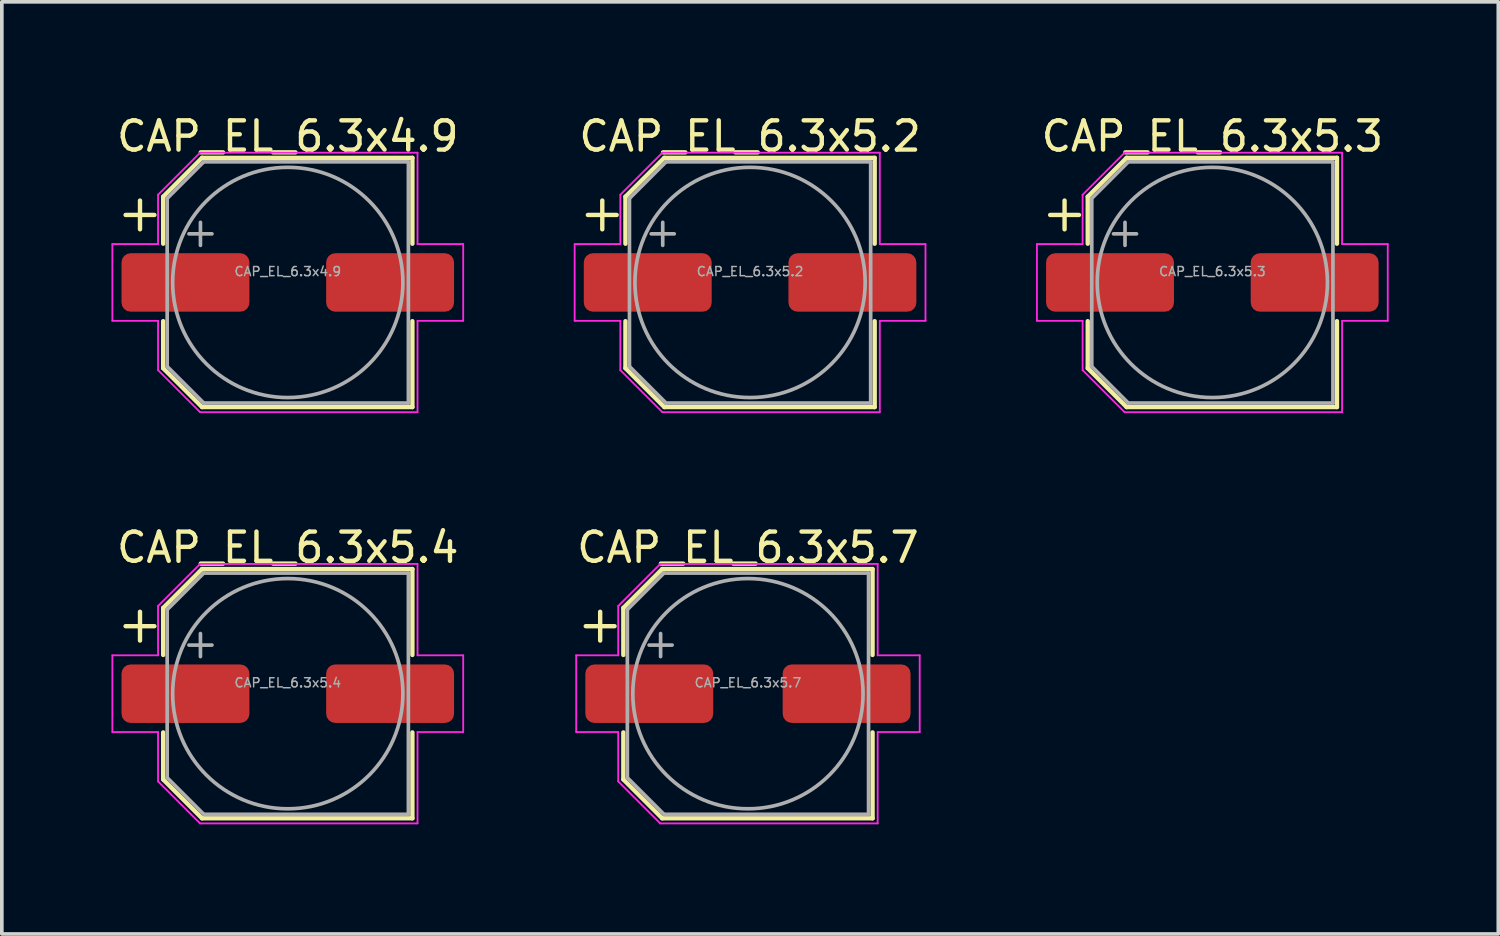
<source format=kicad_pcb>
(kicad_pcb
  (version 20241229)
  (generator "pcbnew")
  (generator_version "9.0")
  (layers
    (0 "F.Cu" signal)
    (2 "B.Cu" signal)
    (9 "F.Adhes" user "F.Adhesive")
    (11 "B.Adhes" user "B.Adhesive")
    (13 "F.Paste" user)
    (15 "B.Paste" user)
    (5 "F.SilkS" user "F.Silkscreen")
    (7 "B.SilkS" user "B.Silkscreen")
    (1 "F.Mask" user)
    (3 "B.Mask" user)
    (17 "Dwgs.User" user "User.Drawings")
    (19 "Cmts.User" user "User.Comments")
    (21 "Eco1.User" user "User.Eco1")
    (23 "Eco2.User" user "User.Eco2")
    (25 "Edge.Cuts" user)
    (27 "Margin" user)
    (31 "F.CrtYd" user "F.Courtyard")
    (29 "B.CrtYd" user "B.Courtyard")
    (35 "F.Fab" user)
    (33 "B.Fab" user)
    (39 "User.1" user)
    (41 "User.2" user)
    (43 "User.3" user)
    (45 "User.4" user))
  (footprint "CAP_EL_6.3x4.9"
    (layer "F.Cu")
    (at 4.825 4.679)
    (property "Reference" "CAP_EL_6.3x4.9" (at 0 -4 0) (layer "F.SilkS") (effects (font (size 0.8 0.8) (thickness 0.12))))
    (attr smd)
    (fp_line (start -4.438 -1.847) (end -3.65 -1.847) (stroke (width 0.12) (type solid)) (layer "F.SilkS"))
    (fp_line (start -4.044 -2.241) (end -4.044 -1.454) (stroke (width 0.12) (type solid)) (layer "F.SilkS"))
    (fp_line (start -3.41 -2.346) (end -3.41 -1.06) (stroke (width 0.12) (type solid)) (layer "F.SilkS"))
    (fp_line (start -3.41 -2.346) (end -2.346 -3.41) (stroke (width 0.12) (type solid)) (layer "F.SilkS"))
    (fp_line (start -3.41 2.346) (end -3.41 1.06) (stroke (width 0.12) (type solid)) (layer "F.SilkS"))
    (fp_line (start -3.41 2.346) (end -2.346 3.41) (stroke (width 0.12) (type solid)) (layer "F.SilkS"))
    (fp_line (start -2.346 -3.41) (end 3.41 -3.41) (stroke (width 0.12) (type solid)) (layer "F.SilkS"))
    (fp_line (start -2.346 3.41) (end 3.41 3.41) (stroke (width 0.12) (type solid)) (layer "F.SilkS"))
    (fp_line (start 3.41 -3.41) (end 3.41 -1.06) (stroke (width 0.12) (type solid)) (layer "F.SilkS"))
    (fp_line (start 3.41 3.41) (end 3.41 1.06) (stroke (width 0.12) (type solid)) (layer "F.SilkS"))
    (fp_line (start -4.8 -1.05) (end -4.8 1.05) (stroke (width 0.05) (type solid)) (layer "F.CrtYd"))
    (fp_line (start -4.8 1.05) (end -3.55 1.05) (stroke (width 0.05) (type solid)) (layer "F.CrtYd"))
    (fp_line (start -3.55 -2.4) (end -3.55 -1.05) (stroke (width 0.05) (type solid)) (layer "F.CrtYd"))
    (fp_line (start -3.55 -2.4) (end -2.4 -3.55) (stroke (width 0.05) (type solid)) (layer "F.CrtYd"))
    (fp_line (start -3.55 -1.05) (end -4.8 -1.05) (stroke (width 0.05) (type solid)) (layer "F.CrtYd"))
    (fp_line (start -3.55 1.05) (end -3.55 2.4) (stroke (width 0.05) (type solid)) (layer "F.CrtYd"))
    (fp_line (start -3.55 2.4) (end -2.4 3.55) (stroke (width 0.05) (type solid)) (layer "F.CrtYd"))
    (fp_line (start -2.4 -3.55) (end 3.55 -3.55) (stroke (width 0.05) (type solid)) (layer "F.CrtYd"))
    (fp_line (start -2.4 3.55) (end 3.55 3.55) (stroke (width 0.05) (type solid)) (layer "F.CrtYd"))
    (fp_line (start 3.55 -3.55) (end 3.55 -1.05) (stroke (width 0.05) (type solid)) (layer "F.CrtYd"))
    (fp_line (start 3.55 -1.05) (end 4.8 -1.05) (stroke (width 0.05) (type solid)) (layer "F.CrtYd"))
    (fp_line (start 3.55 1.05) (end 3.55 3.55) (stroke (width 0.05) (type solid)) (layer "F.CrtYd"))
    (fp_line (start 4.8 -1.05) (end 4.8 1.05) (stroke (width 0.05) (type solid)) (layer "F.CrtYd"))
    (fp_line (start 4.8 1.05) (end 3.55 1.05) (stroke (width 0.05) (type solid)) (layer "F.CrtYd"))
    (fp_line (start -3.3 -2.3) (end -3.3 2.3) (stroke (width 0.1) (type solid)) (layer "F.Fab"))
    (fp_line (start -3.3 -2.3) (end -2.3 -3.3) (stroke (width 0.1) (type solid)) (layer "F.Fab"))
    (fp_line (start -3.3 2.3) (end -2.3 3.3) (stroke (width 0.1) (type solid)) (layer "F.Fab"))
    (fp_line (start -2.705 -1.33) (end -2.075 -1.33) (stroke (width 0.1) (type solid)) (layer "F.Fab"))
    (fp_line (start -2.39 -1.645) (end -2.39 -1.015) (stroke (width 0.1) (type solid)) (layer "F.Fab"))
    (fp_line (start -2.3 -3.3) (end 3.3 -3.3) (stroke (width 0.1) (type solid)) (layer "F.Fab"))
    (fp_line (start -2.3 3.3) (end 3.3 3.3) (stroke (width 0.1) (type solid)) (layer "F.Fab"))
    (fp_line (start 3.3 -3.3) (end 3.3 3.3) (stroke (width 0.1) (type solid)) (layer "F.Fab"))
    (fp_circle (center 0 0) (end 3.15 0) (stroke (width 0.1) (type solid)) (fill no) (layer "F.Fab"))
    (fp_text user "${REFERENCE}" (at 0 -0.3 0) (layer "F.Fab") (effects (font (size 0.25 0.25) (thickness 0.04))))
    (pad "1" smd roundrect (at -2.8 0) (size 3.5 1.6) (layers "F.Cu" "F.Mask" "F.Paste") (roundrect_rratio 0.156))
    (pad "2" smd roundrect (at 2.8 0) (size 3.5 1.6) (layers "F.Cu" "F.Mask" "F.Paste") (roundrect_rratio 0.156)))
  (footprint "CAP_EL_6.3x5.4"
    (layer "F.Cu")
    (at 4.825 15.932)
    (property "Reference" "CAP_EL_6.3x5.4" (at 0 -4 0) (layer "F.SilkS") (effects (font (size 0.8 0.8) (thickness 0.12))))
    (attr smd)
    (fp_line (start -4.438 -1.847) (end -3.65 -1.847) (stroke (width 0.12) (type solid)) (layer "F.SilkS"))
    (fp_line (start -4.044 -2.241) (end -4.044 -1.454) (stroke (width 0.12) (type solid)) (layer "F.SilkS"))
    (fp_line (start -3.41 -2.346) (end -3.41 -1.06) (stroke (width 0.12) (type solid)) (layer "F.SilkS"))
    (fp_line (start -3.41 -2.346) (end -2.346 -3.41) (stroke (width 0.12) (type solid)) (layer "F.SilkS"))
    (fp_line (start -3.41 2.346) (end -3.41 1.06) (stroke (width 0.12) (type solid)) (layer "F.SilkS"))
    (fp_line (start -3.41 2.346) (end -2.346 3.41) (stroke (width 0.12) (type solid)) (layer "F.SilkS"))
    (fp_line (start -2.346 -3.41) (end 3.41 -3.41) (stroke (width 0.12) (type solid)) (layer "F.SilkS"))
    (fp_line (start -2.346 3.41) (end 3.41 3.41) (stroke (width 0.12) (type solid)) (layer "F.SilkS"))
    (fp_line (start 3.41 -3.41) (end 3.41 -1.06) (stroke (width 0.12) (type solid)) (layer "F.SilkS"))
    (fp_line (start 3.41 3.41) (end 3.41 1.06) (stroke (width 0.12) (type solid)) (layer "F.SilkS"))
    (fp_line (start -4.8 -1.05) (end -4.8 1.05) (stroke (width 0.05) (type solid)) (layer "F.CrtYd"))
    (fp_line (start -4.8 1.05) (end -3.55 1.05) (stroke (width 0.05) (type solid)) (layer "F.CrtYd"))
    (fp_line (start -3.55 -2.4) (end -3.55 -1.05) (stroke (width 0.05) (type solid)) (layer "F.CrtYd"))
    (fp_line (start -3.55 -2.4) (end -2.4 -3.55) (stroke (width 0.05) (type solid)) (layer "F.CrtYd"))
    (fp_line (start -3.55 -1.05) (end -4.8 -1.05) (stroke (width 0.05) (type solid)) (layer "F.CrtYd"))
    (fp_line (start -3.55 1.05) (end -3.55 2.4) (stroke (width 0.05) (type solid)) (layer "F.CrtYd"))
    (fp_line (start -3.55 2.4) (end -2.4 3.55) (stroke (width 0.05) (type solid)) (layer "F.CrtYd"))
    (fp_line (start -2.4 -3.55) (end 3.55 -3.55) (stroke (width 0.05) (type solid)) (layer "F.CrtYd"))
    (fp_line (start -2.4 3.55) (end 3.55 3.55) (stroke (width 0.05) (type solid)) (layer "F.CrtYd"))
    (fp_line (start 3.55 -3.55) (end 3.55 -1.05) (stroke (width 0.05) (type solid)) (layer "F.CrtYd"))
    (fp_line (start 3.55 -1.05) (end 4.8 -1.05) (stroke (width 0.05) (type solid)) (layer "F.CrtYd"))
    (fp_line (start 3.55 1.05) (end 3.55 3.55) (stroke (width 0.05) (type solid)) (layer "F.CrtYd"))
    (fp_line (start 4.8 -1.05) (end 4.8 1.05) (stroke (width 0.05) (type solid)) (layer "F.CrtYd"))
    (fp_line (start 4.8 1.05) (end 3.55 1.05) (stroke (width 0.05) (type solid)) (layer "F.CrtYd"))
    (fp_line (start -3.3 -2.3) (end -3.3 2.3) (stroke (width 0.1) (type solid)) (layer "F.Fab"))
    (fp_line (start -3.3 -2.3) (end -2.3 -3.3) (stroke (width 0.1) (type solid)) (layer "F.Fab"))
    (fp_line (start -3.3 2.3) (end -2.3 3.3) (stroke (width 0.1) (type solid)) (layer "F.Fab"))
    (fp_line (start -2.705 -1.33) (end -2.075 -1.33) (stroke (width 0.1) (type solid)) (layer "F.Fab"))
    (fp_line (start -2.39 -1.645) (end -2.39 -1.015) (stroke (width 0.1) (type solid)) (layer "F.Fab"))
    (fp_line (start -2.3 -3.3) (end 3.3 -3.3) (stroke (width 0.1) (type solid)) (layer "F.Fab"))
    (fp_line (start -2.3 3.3) (end 3.3 3.3) (stroke (width 0.1) (type solid)) (layer "F.Fab"))
    (fp_line (start 3.3 -3.3) (end 3.3 3.3) (stroke (width 0.1) (type solid)) (layer "F.Fab"))
    (fp_circle (center 0 0) (end 3.15 0) (stroke (width 0.1) (type solid)) (fill no) (layer "F.Fab"))
    (fp_text user "${REFERENCE}" (at 0 -0.3 0) (layer "F.Fab") (effects (font (size 0.25 0.25) (thickness 0.04))))
    (pad "1" smd roundrect (at -2.8 0) (size 3.5 1.6) (layers "F.Cu" "F.Mask" "F.Paste") (roundrect_rratio 0.156))
    (pad "2" smd roundrect (at 2.8 0) (size 3.5 1.6) (layers "F.Cu" "F.Mask" "F.Paste") (roundrect_rratio 0.156)))
  (footprint "CAP_EL_6.3x5.7"
    (layer "F.Cu")
    (at 17.417 15.932)
    (property "Reference" "CAP_EL_6.3x5.7" (at 0 -4 0) (layer "F.SilkS") (effects (font (size 0.8 0.8) (thickness 0.12))))
    (attr smd)
    (fp_line (start -4.438 -1.847) (end -3.65 -1.847) (stroke (width 0.12) (type solid)) (layer "F.SilkS"))
    (fp_line (start -4.044 -2.241) (end -4.044 -1.454) (stroke (width 0.12) (type solid)) (layer "F.SilkS"))
    (fp_line (start -3.41 -2.346) (end -3.41 -1.06) (stroke (width 0.12) (type solid)) (layer "F.SilkS"))
    (fp_line (start -3.41 -2.346) (end -2.346 -3.41) (stroke (width 0.12) (type solid)) (layer "F.SilkS"))
    (fp_line (start -3.41 2.346) (end -3.41 1.06) (stroke (width 0.12) (type solid)) (layer "F.SilkS"))
    (fp_line (start -3.41 2.346) (end -2.346 3.41) (stroke (width 0.12) (type solid)) (layer "F.SilkS"))
    (fp_line (start -2.346 -3.41) (end 3.41 -3.41) (stroke (width 0.12) (type solid)) (layer "F.SilkS"))
    (fp_line (start -2.346 3.41) (end 3.41 3.41) (stroke (width 0.12) (type solid)) (layer "F.SilkS"))
    (fp_line (start 3.41 -3.41) (end 3.41 -1.06) (stroke (width 0.12) (type solid)) (layer "F.SilkS"))
    (fp_line (start 3.41 3.41) (end 3.41 1.06) (stroke (width 0.12) (type solid)) (layer "F.SilkS"))
    (fp_line (start -4.7 -1.05) (end -4.7 1.05) (stroke (width 0.05) (type solid)) (layer "F.CrtYd"))
    (fp_line (start -4.7 1.05) (end -3.55 1.05) (stroke (width 0.05) (type solid)) (layer "F.CrtYd"))
    (fp_line (start -3.55 -2.4) (end -3.55 -1.05) (stroke (width 0.05) (type solid)) (layer "F.CrtYd"))
    (fp_line (start -3.55 -2.4) (end -2.4 -3.55) (stroke (width 0.05) (type solid)) (layer "F.CrtYd"))
    (fp_line (start -3.55 -1.05) (end -4.7 -1.05) (stroke (width 0.05) (type solid)) (layer "F.CrtYd"))
    (fp_line (start -3.55 1.05) (end -3.55 2.4) (stroke (width 0.05) (type solid)) (layer "F.CrtYd"))
    (fp_line (start -3.55 2.4) (end -2.4 3.55) (stroke (width 0.05) (type solid)) (layer "F.CrtYd"))
    (fp_line (start -2.4 -3.55) (end 3.55 -3.55) (stroke (width 0.05) (type solid)) (layer "F.CrtYd"))
    (fp_line (start -2.4 3.55) (end 3.55 3.55) (stroke (width 0.05) (type solid)) (layer "F.CrtYd"))
    (fp_line (start 3.55 -3.55) (end 3.55 -1.05) (stroke (width 0.05) (type solid)) (layer "F.CrtYd"))
    (fp_line (start 3.55 -1.05) (end 4.7 -1.05) (stroke (width 0.05) (type solid)) (layer "F.CrtYd"))
    (fp_line (start 3.55 1.05) (end 3.55 3.55) (stroke (width 0.05) (type solid)) (layer "F.CrtYd"))
    (fp_line (start 4.7 -1.05) (end 4.7 1.05) (stroke (width 0.05) (type solid)) (layer "F.CrtYd"))
    (fp_line (start 4.7 1.05) (end 3.55 1.05) (stroke (width 0.05) (type solid)) (layer "F.CrtYd"))
    (fp_line (start -3.3 -2.3) (end -3.3 2.3) (stroke (width 0.1) (type solid)) (layer "F.Fab"))
    (fp_line (start -3.3 -2.3) (end -2.3 -3.3) (stroke (width 0.1) (type solid)) (layer "F.Fab"))
    (fp_line (start -3.3 2.3) (end -2.3 3.3) (stroke (width 0.1) (type solid)) (layer "F.Fab"))
    (fp_line (start -2.705 -1.33) (end -2.075 -1.33) (stroke (width 0.1) (type solid)) (layer "F.Fab"))
    (fp_line (start -2.39 -1.645) (end -2.39 -1.015) (stroke (width 0.1) (type solid)) (layer "F.Fab"))
    (fp_line (start -2.3 -3.3) (end 3.3 -3.3) (stroke (width 0.1) (type solid)) (layer "F.Fab"))
    (fp_line (start -2.3 3.3) (end 3.3 3.3) (stroke (width 0.1) (type solid)) (layer "F.Fab"))
    (fp_line (start 3.3 -3.3) (end 3.3 3.3) (stroke (width 0.1) (type solid)) (layer "F.Fab"))
    (fp_circle (center 0 0) (end 3.15 0) (stroke (width 0.1) (type solid)) (fill no) (layer "F.Fab"))
    (fp_text user "${REFERENCE}" (at 0 -0.3 0) (layer "F.Fab") (effects (font (size 0.25 0.25) (thickness 0.04))))
    (pad "1" smd roundrect (at -2.7 0) (size 3.5 1.6) (layers "F.Cu" "F.Mask" "F.Paste") (roundrect_rratio 0.156))
    (pad "2" smd roundrect (at 2.7 0) (size 3.5 1.6) (layers "F.Cu" "F.Mask" "F.Paste") (roundrect_rratio 0.156)))
  (footprint "CAP_EL_6.3x5.3"
    (layer "F.Cu")
    (at 30.125 4.679)
    (property "Reference" "CAP_EL_6.3x5.3" (at 0 -4 0) (layer "F.SilkS") (effects (font (size 0.8 0.8) (thickness 0.12))))
    (attr smd)
    (fp_line (start -4.438 -1.847) (end -3.65 -1.847) (stroke (width 0.12) (type solid)) (layer "F.SilkS"))
    (fp_line (start -4.044 -2.241) (end -4.044 -1.454) (stroke (width 0.12) (type solid)) (layer "F.SilkS"))
    (fp_line (start -3.41 -2.346) (end -3.41 -1.06) (stroke (width 0.12) (type solid)) (layer "F.SilkS"))
    (fp_line (start -3.41 -2.346) (end -2.346 -3.41) (stroke (width 0.12) (type solid)) (layer "F.SilkS"))
    (fp_line (start -3.41 2.346) (end -3.41 1.06) (stroke (width 0.12) (type solid)) (layer "F.SilkS"))
    (fp_line (start -3.41 2.346) (end -2.346 3.41) (stroke (width 0.12) (type solid)) (layer "F.SilkS"))
    (fp_line (start -2.346 -3.41) (end 3.41 -3.41) (stroke (width 0.12) (type solid)) (layer "F.SilkS"))
    (fp_line (start -2.346 3.41) (end 3.41 3.41) (stroke (width 0.12) (type solid)) (layer "F.SilkS"))
    (fp_line (start 3.41 -3.41) (end 3.41 -1.06) (stroke (width 0.12) (type solid)) (layer "F.SilkS"))
    (fp_line (start 3.41 3.41) (end 3.41 1.06) (stroke (width 0.12) (type solid)) (layer "F.SilkS"))
    (fp_line (start -4.8 -1.05) (end -4.8 1.05) (stroke (width 0.05) (type solid)) (layer "F.CrtYd"))
    (fp_line (start -4.8 1.05) (end -3.55 1.05) (stroke (width 0.05) (type solid)) (layer "F.CrtYd"))
    (fp_line (start -3.55 -2.4) (end -3.55 -1.05) (stroke (width 0.05) (type solid)) (layer "F.CrtYd"))
    (fp_line (start -3.55 -2.4) (end -2.4 -3.55) (stroke (width 0.05) (type solid)) (layer "F.CrtYd"))
    (fp_line (start -3.55 -1.05) (end -4.8 -1.05) (stroke (width 0.05) (type solid)) (layer "F.CrtYd"))
    (fp_line (start -3.55 1.05) (end -3.55 2.4) (stroke (width 0.05) (type solid)) (layer "F.CrtYd"))
    (fp_line (start -3.55 2.4) (end -2.4 3.55) (stroke (width 0.05) (type solid)) (layer "F.CrtYd"))
    (fp_line (start -2.4 -3.55) (end 3.55 -3.55) (stroke (width 0.05) (type solid)) (layer "F.CrtYd"))
    (fp_line (start -2.4 3.55) (end 3.55 3.55) (stroke (width 0.05) (type solid)) (layer "F.CrtYd"))
    (fp_line (start 3.55 -3.55) (end 3.55 -1.05) (stroke (width 0.05) (type solid)) (layer "F.CrtYd"))
    (fp_line (start 3.55 -1.05) (end 4.8 -1.05) (stroke (width 0.05) (type solid)) (layer "F.CrtYd"))
    (fp_line (start 3.55 1.05) (end 3.55 3.55) (stroke (width 0.05) (type solid)) (layer "F.CrtYd"))
    (fp_line (start 4.8 -1.05) (end 4.8 1.05) (stroke (width 0.05) (type solid)) (layer "F.CrtYd"))
    (fp_line (start 4.8 1.05) (end 3.55 1.05) (stroke (width 0.05) (type solid)) (layer "F.CrtYd"))
    (fp_line (start -3.3 -2.3) (end -3.3 2.3) (stroke (width 0.1) (type solid)) (layer "F.Fab"))
    (fp_line (start -3.3 -2.3) (end -2.3 -3.3) (stroke (width 0.1) (type solid)) (layer "F.Fab"))
    (fp_line (start -3.3 2.3) (end -2.3 3.3) (stroke (width 0.1) (type solid)) (layer "F.Fab"))
    (fp_line (start -2.705 -1.33) (end -2.075 -1.33) (stroke (width 0.1) (type solid)) (layer "F.Fab"))
    (fp_line (start -2.39 -1.645) (end -2.39 -1.015) (stroke (width 0.1) (type solid)) (layer "F.Fab"))
    (fp_line (start -2.3 -3.3) (end 3.3 -3.3) (stroke (width 0.1) (type solid)) (layer "F.Fab"))
    (fp_line (start -2.3 3.3) (end 3.3 3.3) (stroke (width 0.1) (type solid)) (layer "F.Fab"))
    (fp_line (start 3.3 -3.3) (end 3.3 3.3) (stroke (width 0.1) (type solid)) (layer "F.Fab"))
    (fp_circle (center 0 0) (end 3.15 0) (stroke (width 0.1) (type solid)) (fill no) (layer "F.Fab"))
    (fp_text user "${REFERENCE}" (at 0 -0.3 0) (layer "F.Fab") (effects (font (size 0.25 0.25) (thickness 0.04))))
    (pad "1" smd roundrect (at -2.8 0) (size 3.5 1.6) (layers "F.Cu" "F.Mask" "F.Paste") (roundrect_rratio 0.156))
    (pad "2" smd roundrect (at 2.8 0) (size 3.5 1.6) (layers "F.Cu" "F.Mask" "F.Paste") (roundrect_rratio 0.156)))
  (footprint "CAP_EL_6.3x5.2"
    (layer "F.Cu")
    (at 17.475 4.679)
    (property "Reference" "CAP_EL_6.3x5.2" (at 0 -4 0) (layer "F.SilkS") (effects (font (size 0.8 0.8) (thickness 0.12))))
    (attr smd)
    (fp_line (start -4.438 -1.847) (end -3.65 -1.847) (stroke (width 0.12) (type solid)) (layer "F.SilkS"))
    (fp_line (start -4.044 -2.241) (end -4.044 -1.454) (stroke (width 0.12) (type solid)) (layer "F.SilkS"))
    (fp_line (start -3.41 -2.346) (end -3.41 -1.06) (stroke (width 0.12) (type solid)) (layer "F.SilkS"))
    (fp_line (start -3.41 -2.346) (end -2.346 -3.41) (stroke (width 0.12) (type solid)) (layer "F.SilkS"))
    (fp_line (start -3.41 2.346) (end -3.41 1.06) (stroke (width 0.12) (type solid)) (layer "F.SilkS"))
    (fp_line (start -3.41 2.346) (end -2.346 3.41) (stroke (width 0.12) (type solid)) (layer "F.SilkS"))
    (fp_line (start -2.346 -3.41) (end 3.41 -3.41) (stroke (width 0.12) (type solid)) (layer "F.SilkS"))
    (fp_line (start -2.346 3.41) (end 3.41 3.41) (stroke (width 0.12) (type solid)) (layer "F.SilkS"))
    (fp_line (start 3.41 -3.41) (end 3.41 -1.06) (stroke (width 0.12) (type solid)) (layer "F.SilkS"))
    (fp_line (start 3.41 3.41) (end 3.41 1.06) (stroke (width 0.12) (type solid)) (layer "F.SilkS"))
    (fp_line (start -4.8 -1.05) (end -4.8 1.05) (stroke (width 0.05) (type solid)) (layer "F.CrtYd"))
    (fp_line (start -4.8 1.05) (end -3.55 1.05) (stroke (width 0.05) (type solid)) (layer "F.CrtYd"))
    (fp_line (start -3.55 -2.4) (end -3.55 -1.05) (stroke (width 0.05) (type solid)) (layer "F.CrtYd"))
    (fp_line (start -3.55 -2.4) (end -2.4 -3.55) (stroke (width 0.05) (type solid)) (layer "F.CrtYd"))
    (fp_line (start -3.55 -1.05) (end -4.8 -1.05) (stroke (width 0.05) (type solid)) (layer "F.CrtYd"))
    (fp_line (start -3.55 1.05) (end -3.55 2.4) (stroke (width 0.05) (type solid)) (layer "F.CrtYd"))
    (fp_line (start -3.55 2.4) (end -2.4 3.55) (stroke (width 0.05) (type solid)) (layer "F.CrtYd"))
    (fp_line (start -2.4 -3.55) (end 3.55 -3.55) (stroke (width 0.05) (type solid)) (layer "F.CrtYd"))
    (fp_line (start -2.4 3.55) (end 3.55 3.55) (stroke (width 0.05) (type solid)) (layer "F.CrtYd"))
    (fp_line (start 3.55 -3.55) (end 3.55 -1.05) (stroke (width 0.05) (type solid)) (layer "F.CrtYd"))
    (fp_line (start 3.55 -1.05) (end 4.8 -1.05) (stroke (width 0.05) (type solid)) (layer "F.CrtYd"))
    (fp_line (start 3.55 1.05) (end 3.55 3.55) (stroke (width 0.05) (type solid)) (layer "F.CrtYd"))
    (fp_line (start 4.8 -1.05) (end 4.8 1.05) (stroke (width 0.05) (type solid)) (layer "F.CrtYd"))
    (fp_line (start 4.8 1.05) (end 3.55 1.05) (stroke (width 0.05) (type solid)) (layer "F.CrtYd"))
    (fp_line (start -3.3 -2.3) (end -3.3 2.3) (stroke (width 0.1) (type solid)) (layer "F.Fab"))
    (fp_line (start -3.3 -2.3) (end -2.3 -3.3) (stroke (width 0.1) (type solid)) (layer "F.Fab"))
    (fp_line (start -3.3 2.3) (end -2.3 3.3) (stroke (width 0.1) (type solid)) (layer "F.Fab"))
    (fp_line (start -2.705 -1.33) (end -2.075 -1.33) (stroke (width 0.1) (type solid)) (layer "F.Fab"))
    (fp_line (start -2.39 -1.645) (end -2.39 -1.015) (stroke (width 0.1) (type solid)) (layer "F.Fab"))
    (fp_line (start -2.3 -3.3) (end 3.3 -3.3) (stroke (width 0.1) (type solid)) (layer "F.Fab"))
    (fp_line (start -2.3 3.3) (end 3.3 3.3) (stroke (width 0.1) (type solid)) (layer "F.Fab"))
    (fp_line (start 3.3 -3.3) (end 3.3 3.3) (stroke (width 0.1) (type solid)) (layer "F.Fab"))
    (fp_circle (center 0 0) (end 3.15 0) (stroke (width 0.1) (type solid)) (fill no) (layer "F.Fab"))
    (fp_text user "${REFERENCE}" (at 0 -0.3 0) (layer "F.Fab") (effects (font (size 0.25 0.25) (thickness 0.04))))
    (pad "1" smd roundrect (at -2.8 0) (size 3.5 1.6) (layers "F.Cu" "F.Mask" "F.Paste") (roundrect_rratio 0.156))
    (pad "2" smd roundrect (at 2.8 0) (size 3.5 1.6) (layers "F.Cu" "F.Mask" "F.Paste") (roundrect_rratio 0.156)))
  (gr_rect
    (start -3 -3)
    (end 37.95 22.507)
    (stroke (width 0.1) (type default))
    (fill no)
    (layer "Edge.Cuts")))
</source>
